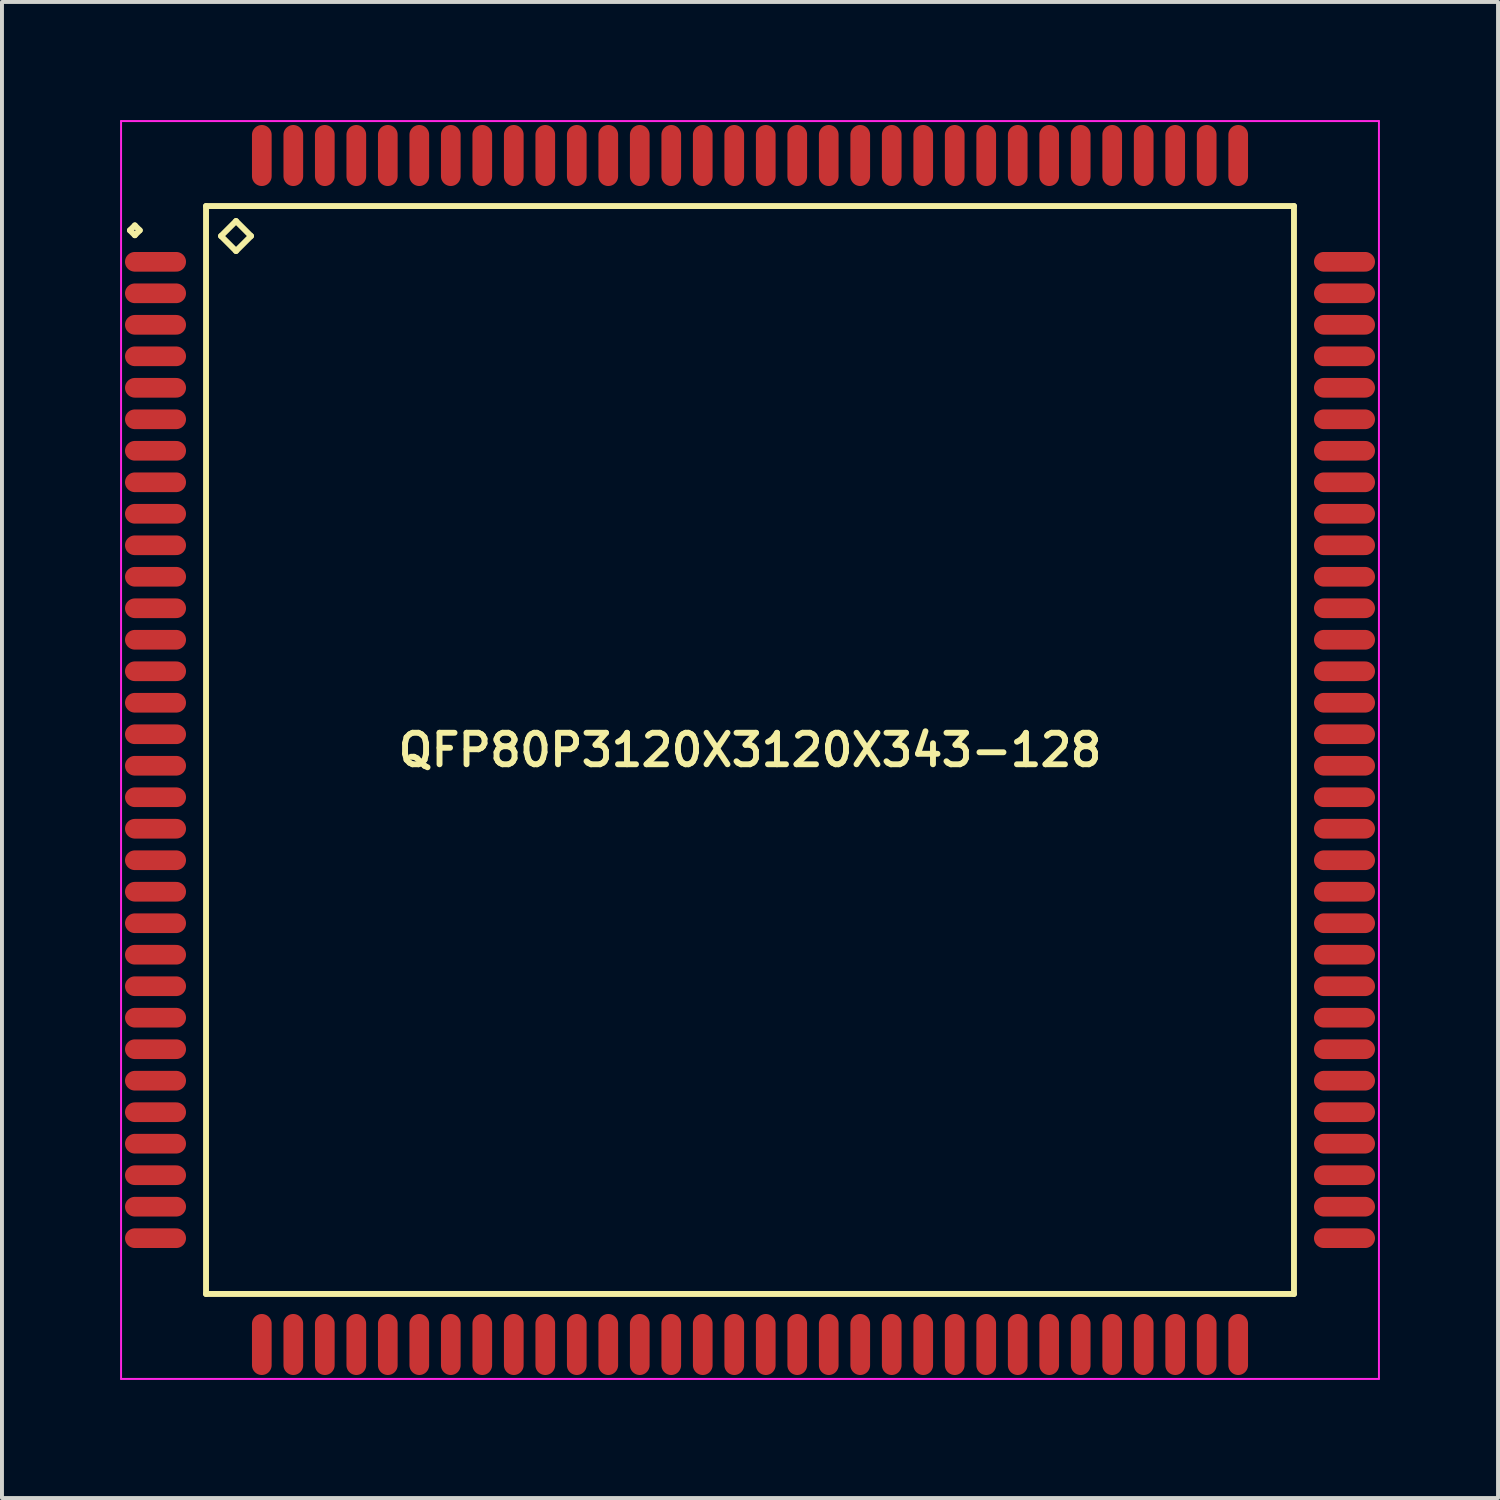
<source format=kicad_pcb>
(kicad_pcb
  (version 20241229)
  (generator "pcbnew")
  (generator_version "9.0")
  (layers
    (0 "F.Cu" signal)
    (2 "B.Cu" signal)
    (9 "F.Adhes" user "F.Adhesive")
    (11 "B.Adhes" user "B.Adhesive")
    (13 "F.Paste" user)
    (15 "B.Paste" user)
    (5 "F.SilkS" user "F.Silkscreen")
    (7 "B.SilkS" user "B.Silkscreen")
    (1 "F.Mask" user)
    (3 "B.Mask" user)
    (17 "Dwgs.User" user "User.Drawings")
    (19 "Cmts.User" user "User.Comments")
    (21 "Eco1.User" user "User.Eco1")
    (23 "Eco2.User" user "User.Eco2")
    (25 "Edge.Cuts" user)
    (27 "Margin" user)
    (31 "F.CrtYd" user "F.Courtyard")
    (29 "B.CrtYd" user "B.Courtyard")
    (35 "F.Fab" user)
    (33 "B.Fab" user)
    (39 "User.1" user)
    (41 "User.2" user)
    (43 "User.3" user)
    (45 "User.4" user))
  (footprint "QFP80P3120X3120X343-128"
    (layer "F.Cu")
    (at 16 16)
    (property "Reference" "QFP80P3120X3120X343-128" (at 0 0 0) (layer "F.SilkS") (effects (font (size 0.8 0.8) (thickness 0.15))))
    (attr smd)
    (fp_line (start -15.75 -13.2) (end -15.625 -13.325) (stroke (width 0.15) (type solid)) (layer "F.SilkS"))
    (fp_line (start -15.625 -13.325) (end -15.5 -13.2) (stroke (width 0.15) (type solid)) (layer "F.SilkS"))
    (fp_line (start -15.625 -13.075) (end -15.75 -13.2) (stroke (width 0.15) (type solid)) (layer "F.SilkS"))
    (fp_line (start -15.5 -13.2) (end -15.625 -13.075) (stroke (width 0.15) (type solid)) (layer "F.SilkS"))
    (fp_line (start -13.817 -13.817) (end -13.817 13.817) (stroke (width 0.15) (type solid)) (layer "F.SilkS"))
    (fp_line (start -13.817 13.817) (end 13.817 13.817) (stroke (width 0.15) (type solid)) (layer "F.SilkS"))
    (fp_line (start -13.436 -13.055) (end -13.055 -13.436) (stroke (width 0.15) (type solid)) (layer "F.SilkS"))
    (fp_line (start -13.055 -13.436) (end -12.674 -13.055) (stroke (width 0.15) (type solid)) (layer "F.SilkS"))
    (fp_line (start -13.055 -12.674) (end -13.436 -13.055) (stroke (width 0.15) (type solid)) (layer "F.SilkS"))
    (fp_line (start -12.674 -13.055) (end -13.055 -12.674) (stroke (width 0.15) (type solid)) (layer "F.SilkS"))
    (fp_line (start 13.817 -13.817) (end -13.817 -13.817) (stroke (width 0.15) (type solid)) (layer "F.SilkS"))
    (fp_line (start 13.817 13.817) (end 13.817 -13.817) (stroke (width 0.15) (type solid)) (layer "F.SilkS"))
    (fp_line (start -15.975 -15.975) (end 15.975 -15.975) (stroke (width 0.05) (type solid)) (layer "F.CrtYd"))
    (fp_line (start -15.975 15.975) (end -15.975 -15.975) (stroke (width 0.05) (type solid)) (layer "F.CrtYd"))
    (fp_line (start 15.975 -15.975) (end 15.975 15.975) (stroke (width 0.05) (type solid)) (layer "F.CrtYd"))
    (fp_line (start 15.975 15.975) (end -15.975 15.975) (stroke (width 0.05) (type solid)) (layer "F.CrtYd"))
    (pad "1" smd oval (at -15.1 -12.4) (size 1.55 0.5) (layers "F.Cu" "F.Mask" "F.Paste"))
    (pad "2" smd oval (at -15.1 -11.6) (size 1.55 0.5) (layers "F.Cu" "F.Mask" "F.Paste"))
    (pad "3" smd oval (at -15.1 -10.8) (size 1.55 0.5) (layers "F.Cu" "F.Mask" "F.Paste"))
    (pad "4" smd oval (at -15.1 -10) (size 1.55 0.5) (layers "F.Cu" "F.Mask" "F.Paste"))
    (pad "5" smd oval (at -15.1 -9.2) (size 1.55 0.5) (layers "F.Cu" "F.Mask" "F.Paste"))
    (pad "6" smd oval (at -15.1 -8.4) (size 1.55 0.5) (layers "F.Cu" "F.Mask" "F.Paste"))
    (pad "7" smd oval (at -15.1 -7.6) (size 1.55 0.5) (layers "F.Cu" "F.Mask" "F.Paste"))
    (pad "8" smd oval (at -15.1 -6.8) (size 1.55 0.5) (layers "F.Cu" "F.Mask" "F.Paste"))
    (pad "9" smd oval (at -15.1 -6) (size 1.55 0.5) (layers "F.Cu" "F.Mask" "F.Paste"))
    (pad "10" smd oval (at -15.1 -5.2) (size 1.55 0.5) (layers "F.Cu" "F.Mask" "F.Paste"))
    (pad "11" smd oval (at -15.1 -4.4) (size 1.55 0.5) (layers "F.Cu" "F.Mask" "F.Paste"))
    (pad "12" smd oval (at -15.1 -3.6) (size 1.55 0.5) (layers "F.Cu" "F.Mask" "F.Paste"))
    (pad "13" smd oval (at -15.1 -2.8) (size 1.55 0.5) (layers "F.Cu" "F.Mask" "F.Paste"))
    (pad "14" smd oval (at -15.1 -2) (size 1.55 0.5) (layers "F.Cu" "F.Mask" "F.Paste"))
    (pad "15" smd oval (at -15.1 -1.2) (size 1.55 0.5) (layers "F.Cu" "F.Mask" "F.Paste"))
    (pad "16" smd oval (at -15.1 -0.4) (size 1.55 0.5) (layers "F.Cu" "F.Mask" "F.Paste"))
    (pad "17" smd oval (at -15.1 0.4) (size 1.55 0.5) (layers "F.Cu" "F.Mask" "F.Paste"))
    (pad "18" smd oval (at -15.1 1.2) (size 1.55 0.5) (layers "F.Cu" "F.Mask" "F.Paste"))
    (pad "19" smd oval (at -15.1 2) (size 1.55 0.5) (layers "F.Cu" "F.Mask" "F.Paste"))
    (pad "20" smd oval (at -15.1 2.8) (size 1.55 0.5) (layers "F.Cu" "F.Mask" "F.Paste"))
    (pad "21" smd oval (at -15.1 3.6) (size 1.55 0.5) (layers "F.Cu" "F.Mask" "F.Paste"))
    (pad "22" smd oval (at -15.1 4.4) (size 1.55 0.5) (layers "F.Cu" "F.Mask" "F.Paste"))
    (pad "23" smd oval (at -15.1 5.2) (size 1.55 0.5) (layers "F.Cu" "F.Mask" "F.Paste"))
    (pad "24" smd oval (at -15.1 6) (size 1.55 0.5) (layers "F.Cu" "F.Mask" "F.Paste"))
    (pad "25" smd oval (at -15.1 6.8) (size 1.55 0.5) (layers "F.Cu" "F.Mask" "F.Paste"))
    (pad "26" smd oval (at -15.1 7.6) (size 1.55 0.5) (layers "F.Cu" "F.Mask" "F.Paste"))
    (pad "27" smd oval (at -15.1 8.4) (size 1.55 0.5) (layers "F.Cu" "F.Mask" "F.Paste"))
    (pad "28" smd oval (at -15.1 9.2) (size 1.55 0.5) (layers "F.Cu" "F.Mask" "F.Paste"))
    (pad "29" smd oval (at -15.1 10) (size 1.55 0.5) (layers "F.Cu" "F.Mask" "F.Paste"))
    (pad "30" smd oval (at -15.1 10.8) (size 1.55 0.5) (layers "F.Cu" "F.Mask" "F.Paste"))
    (pad "31" smd oval (at -15.1 11.6) (size 1.55 0.5) (layers "F.Cu" "F.Mask" "F.Paste"))
    (pad "32" smd oval (at -15.1 12.4) (size 1.55 0.5) (layers "F.Cu" "F.Mask" "F.Paste"))
    (pad "33" smd oval (at -12.4 15.1) (size 0.5 1.55) (layers "F.Cu" "F.Mask" "F.Paste"))
    (pad "34" smd oval (at -11.6 15.1) (size 0.5 1.55) (layers "F.Cu" "F.Mask" "F.Paste"))
    (pad "35" smd oval (at -10.8 15.1) (size 0.5 1.55) (layers "F.Cu" "F.Mask" "F.Paste"))
    (pad "36" smd oval (at -10 15.1) (size 0.5 1.55) (layers "F.Cu" "F.Mask" "F.Paste"))
    (pad "37" smd oval (at -9.2 15.1) (size 0.5 1.55) (layers "F.Cu" "F.Mask" "F.Paste"))
    (pad "38" smd oval (at -8.4 15.1) (size 0.5 1.55) (layers "F.Cu" "F.Mask" "F.Paste"))
    (pad "39" smd oval (at -7.6 15.1) (size 0.5 1.55) (layers "F.Cu" "F.Mask" "F.Paste"))
    (pad "40" smd oval (at -6.8 15.1) (size 0.5 1.55) (layers "F.Cu" "F.Mask" "F.Paste"))
    (pad "41" smd oval (at -6 15.1) (size 0.5 1.55) (layers "F.Cu" "F.Mask" "F.Paste"))
    (pad "42" smd oval (at -5.2 15.1) (size 0.5 1.55) (layers "F.Cu" "F.Mask" "F.Paste"))
    (pad "43" smd oval (at -4.4 15.1) (size 0.5 1.55) (layers "F.Cu" "F.Mask" "F.Paste"))
    (pad "44" smd oval (at -3.6 15.1) (size 0.5 1.55) (layers "F.Cu" "F.Mask" "F.Paste"))
    (pad "45" smd oval (at -2.8 15.1) (size 0.5 1.55) (layers "F.Cu" "F.Mask" "F.Paste"))
    (pad "46" smd oval (at -2 15.1) (size 0.5 1.55) (layers "F.Cu" "F.Mask" "F.Paste"))
    (pad "47" smd oval (at -1.2 15.1) (size 0.5 1.55) (layers "F.Cu" "F.Mask" "F.Paste"))
    (pad "48" smd oval (at -0.4 15.1) (size 0.5 1.55) (layers "F.Cu" "F.Mask" "F.Paste"))
    (pad "49" smd oval (at 0.4 15.1) (size 0.5 1.55) (layers "F.Cu" "F.Mask" "F.Paste"))
    (pad "50" smd oval (at 1.2 15.1) (size 0.5 1.55) (layers "F.Cu" "F.Mask" "F.Paste"))
    (pad "51" smd oval (at 2 15.1) (size 0.5 1.55) (layers "F.Cu" "F.Mask" "F.Paste"))
    (pad "52" smd oval (at 2.8 15.1) (size 0.5 1.55) (layers "F.Cu" "F.Mask" "F.Paste"))
    (pad "53" smd oval (at 3.6 15.1) (size 0.5 1.55) (layers "F.Cu" "F.Mask" "F.Paste"))
    (pad "54" smd oval (at 4.4 15.1) (size 0.5 1.55) (layers "F.Cu" "F.Mask" "F.Paste"))
    (pad "55" smd oval (at 5.2 15.1) (size 0.5 1.55) (layers "F.Cu" "F.Mask" "F.Paste"))
    (pad "56" smd oval (at 6 15.1) (size 0.5 1.55) (layers "F.Cu" "F.Mask" "F.Paste"))
    (pad "57" smd oval (at 6.8 15.1) (size 0.5 1.55) (layers "F.Cu" "F.Mask" "F.Paste"))
    (pad "58" smd oval (at 7.6 15.1) (size 0.5 1.55) (layers "F.Cu" "F.Mask" "F.Paste"))
    (pad "59" smd oval (at 8.4 15.1) (size 0.5 1.55) (layers "F.Cu" "F.Mask" "F.Paste"))
    (pad "60" smd oval (at 9.2 15.1) (size 0.5 1.55) (layers "F.Cu" "F.Mask" "F.Paste"))
    (pad "61" smd oval (at 10 15.1) (size 0.5 1.55) (layers "F.Cu" "F.Mask" "F.Paste"))
    (pad "62" smd oval (at 10.8 15.1) (size 0.5 1.55) (layers "F.Cu" "F.Mask" "F.Paste"))
    (pad "63" smd oval (at 11.6 15.1) (size 0.5 1.55) (layers "F.Cu" "F.Mask" "F.Paste"))
    (pad "64" smd oval (at 12.4 15.1) (size 0.5 1.55) (layers "F.Cu" "F.Mask" "F.Paste"))
    (pad "65" smd oval (at 15.1 12.4) (size 1.55 0.5) (layers "F.Cu" "F.Mask" "F.Paste"))
    (pad "66" smd oval (at 15.1 11.6) (size 1.55 0.5) (layers "F.Cu" "F.Mask" "F.Paste"))
    (pad "67" smd oval (at 15.1 10.8) (size 1.55 0.5) (layers "F.Cu" "F.Mask" "F.Paste"))
    (pad "68" smd oval (at 15.1 10) (size 1.55 0.5) (layers "F.Cu" "F.Mask" "F.Paste"))
    (pad "69" smd oval (at 15.1 9.2) (size 1.55 0.5) (layers "F.Cu" "F.Mask" "F.Paste"))
    (pad "70" smd oval (at 15.1 8.4) (size 1.55 0.5) (layers "F.Cu" "F.Mask" "F.Paste"))
    (pad "71" smd oval (at 15.1 7.6) (size 1.55 0.5) (layers "F.Cu" "F.Mask" "F.Paste"))
    (pad "72" smd oval (at 15.1 6.8) (size 1.55 0.5) (layers "F.Cu" "F.Mask" "F.Paste"))
    (pad "73" smd oval (at 15.1 6) (size 1.55 0.5) (layers "F.Cu" "F.Mask" "F.Paste"))
    (pad "74" smd oval (at 15.1 5.2) (size 1.55 0.5) (layers "F.Cu" "F.Mask" "F.Paste"))
    (pad "75" smd oval (at 15.1 4.4) (size 1.55 0.5) (layers "F.Cu" "F.Mask" "F.Paste"))
    (pad "76" smd oval (at 15.1 3.6) (size 1.55 0.5) (layers "F.Cu" "F.Mask" "F.Paste"))
    (pad "77" smd oval (at 15.1 2.8) (size 1.55 0.5) (layers "F.Cu" "F.Mask" "F.Paste"))
    (pad "78" smd oval (at 15.1 2) (size 1.55 0.5) (layers "F.Cu" "F.Mask" "F.Paste"))
    (pad "79" smd oval (at 15.1 1.2) (size 1.55 0.5) (layers "F.Cu" "F.Mask" "F.Paste"))
    (pad "80" smd oval (at 15.1 0.4) (size 1.55 0.5) (layers "F.Cu" "F.Mask" "F.Paste"))
    (pad "81" smd oval (at 15.1 -0.4) (size 1.55 0.5) (layers "F.Cu" "F.Mask" "F.Paste"))
    (pad "82" smd oval (at 15.1 -1.2) (size 1.55 0.5) (layers "F.Cu" "F.Mask" "F.Paste"))
    (pad "83" smd oval (at 15.1 -2) (size 1.55 0.5) (layers "F.Cu" "F.Mask" "F.Paste"))
    (pad "84" smd oval (at 15.1 -2.8) (size 1.55 0.5) (layers "F.Cu" "F.Mask" "F.Paste"))
    (pad "85" smd oval (at 15.1 -3.6) (size 1.55 0.5) (layers "F.Cu" "F.Mask" "F.Paste"))
    (pad "86" smd oval (at 15.1 -4.4) (size 1.55 0.5) (layers "F.Cu" "F.Mask" "F.Paste"))
    (pad "87" smd oval (at 15.1 -5.2) (size 1.55 0.5) (layers "F.Cu" "F.Mask" "F.Paste"))
    (pad "88" smd oval (at 15.1 -6) (size 1.55 0.5) (layers "F.Cu" "F.Mask" "F.Paste"))
    (pad "89" smd oval (at 15.1 -6.8) (size 1.55 0.5) (layers "F.Cu" "F.Mask" "F.Paste"))
    (pad "90" smd oval (at 15.1 -7.6) (size 1.55 0.5) (layers "F.Cu" "F.Mask" "F.Paste"))
    (pad "91" smd oval (at 15.1 -8.4) (size 1.55 0.5) (layers "F.Cu" "F.Mask" "F.Paste"))
    (pad "92" smd oval (at 15.1 -9.2) (size 1.55 0.5) (layers "F.Cu" "F.Mask" "F.Paste"))
    (pad "93" smd oval (at 15.1 -10) (size 1.55 0.5) (layers "F.Cu" "F.Mask" "F.Paste"))
    (pad "94" smd oval (at 15.1 -10.8) (size 1.55 0.5) (layers "F.Cu" "F.Mask" "F.Paste"))
    (pad "95" smd oval (at 15.1 -11.6) (size 1.55 0.5) (layers "F.Cu" "F.Mask" "F.Paste"))
    (pad "96" smd oval (at 15.1 -12.4) (size 1.55 0.5) (layers "F.Cu" "F.Mask" "F.Paste"))
    (pad "97" smd oval (at 12.4 -15.1) (size 0.5 1.55) (layers "F.Cu" "F.Mask" "F.Paste"))
    (pad "98" smd oval (at 11.6 -15.1) (size 0.5 1.55) (layers "F.Cu" "F.Mask" "F.Paste"))
    (pad "99" smd oval (at 10.8 -15.1) (size 0.5 1.55) (layers "F.Cu" "F.Mask" "F.Paste"))
    (pad "100" smd oval (at 10 -15.1) (size 0.5 1.55) (layers "F.Cu" "F.Mask" "F.Paste"))
    (pad "101" smd oval (at 9.2 -15.1) (size 0.5 1.55) (layers "F.Cu" "F.Mask" "F.Paste"))
    (pad "102" smd oval (at 8.4 -15.1) (size 0.5 1.55) (layers "F.Cu" "F.Mask" "F.Paste"))
    (pad "103" smd oval (at 7.6 -15.1) (size 0.5 1.55) (layers "F.Cu" "F.Mask" "F.Paste"))
    (pad "104" smd oval (at 6.8 -15.1) (size 0.5 1.55) (layers "F.Cu" "F.Mask" "F.Paste"))
    (pad "105" smd oval (at 6 -15.1) (size 0.5 1.55) (layers "F.Cu" "F.Mask" "F.Paste"))
    (pad "106" smd oval (at 5.2 -15.1) (size 0.5 1.55) (layers "F.Cu" "F.Mask" "F.Paste"))
    (pad "107" smd oval (at 4.4 -15.1) (size 0.5 1.55) (layers "F.Cu" "F.Mask" "F.Paste"))
    (pad "108" smd oval (at 3.6 -15.1) (size 0.5 1.55) (layers "F.Cu" "F.Mask" "F.Paste"))
    (pad "109" smd oval (at 2.8 -15.1) (size 0.5 1.55) (layers "F.Cu" "F.Mask" "F.Paste"))
    (pad "110" smd oval (at 2 -15.1) (size 0.5 1.55) (layers "F.Cu" "F.Mask" "F.Paste"))
    (pad "111" smd oval (at 1.2 -15.1) (size 0.5 1.55) (layers "F.Cu" "F.Mask" "F.Paste"))
    (pad "112" smd oval (at 0.4 -15.1) (size 0.5 1.55) (layers "F.Cu" "F.Mask" "F.Paste"))
    (pad "113" smd oval (at -0.4 -15.1) (size 0.5 1.55) (layers "F.Cu" "F.Mask" "F.Paste"))
    (pad "114" smd oval (at -1.2 -15.1) (size 0.5 1.55) (layers "F.Cu" "F.Mask" "F.Paste"))
    (pad "115" smd oval (at -2 -15.1) (size 0.5 1.55) (layers "F.Cu" "F.Mask" "F.Paste"))
    (pad "116" smd oval (at -2.8 -15.1) (size 0.5 1.55) (layers "F.Cu" "F.Mask" "F.Paste"))
    (pad "117" smd oval (at -3.6 -15.1) (size 0.5 1.55) (layers "F.Cu" "F.Mask" "F.Paste"))
    (pad "118" smd oval (at -4.4 -15.1) (size 0.5 1.55) (layers "F.Cu" "F.Mask" "F.Paste"))
    (pad "119" smd oval (at -5.2 -15.1) (size 0.5 1.55) (layers "F.Cu" "F.Mask" "F.Paste"))
    (pad "120" smd oval (at -6 -15.1) (size 0.5 1.55) (layers "F.Cu" "F.Mask" "F.Paste"))
    (pad "121" smd oval (at -6.8 -15.1) (size 0.5 1.55) (layers "F.Cu" "F.Mask" "F.Paste"))
    (pad "122" smd oval (at -7.6 -15.1) (size 0.5 1.55) (layers "F.Cu" "F.Mask" "F.Paste"))
    (pad "123" smd oval (at -8.4 -15.1) (size 0.5 1.55) (layers "F.Cu" "F.Mask" "F.Paste"))
    (pad "124" smd oval (at -9.2 -15.1) (size 0.5 1.55) (layers "F.Cu" "F.Mask" "F.Paste"))
    (pad "125" smd oval (at -10 -15.1) (size 0.5 1.55) (layers "F.Cu" "F.Mask" "F.Paste"))
    (pad "126" smd oval (at -10.8 -15.1) (size 0.5 1.55) (layers "F.Cu" "F.Mask" "F.Paste"))
    (pad "127" smd oval (at -11.6 -15.1) (size 0.5 1.55) (layers "F.Cu" "F.Mask" "F.Paste"))
    (pad "128" smd oval (at -12.4 -15.1) (size 0.5 1.55) (layers "F.Cu" "F.Mask" "F.Paste")))
  (gr_rect
    (start -3 -3)
    (end 35 35)
    (stroke (width 0.1) (type default))
    (fill no)
    (layer "Edge.Cuts")))
</source>
